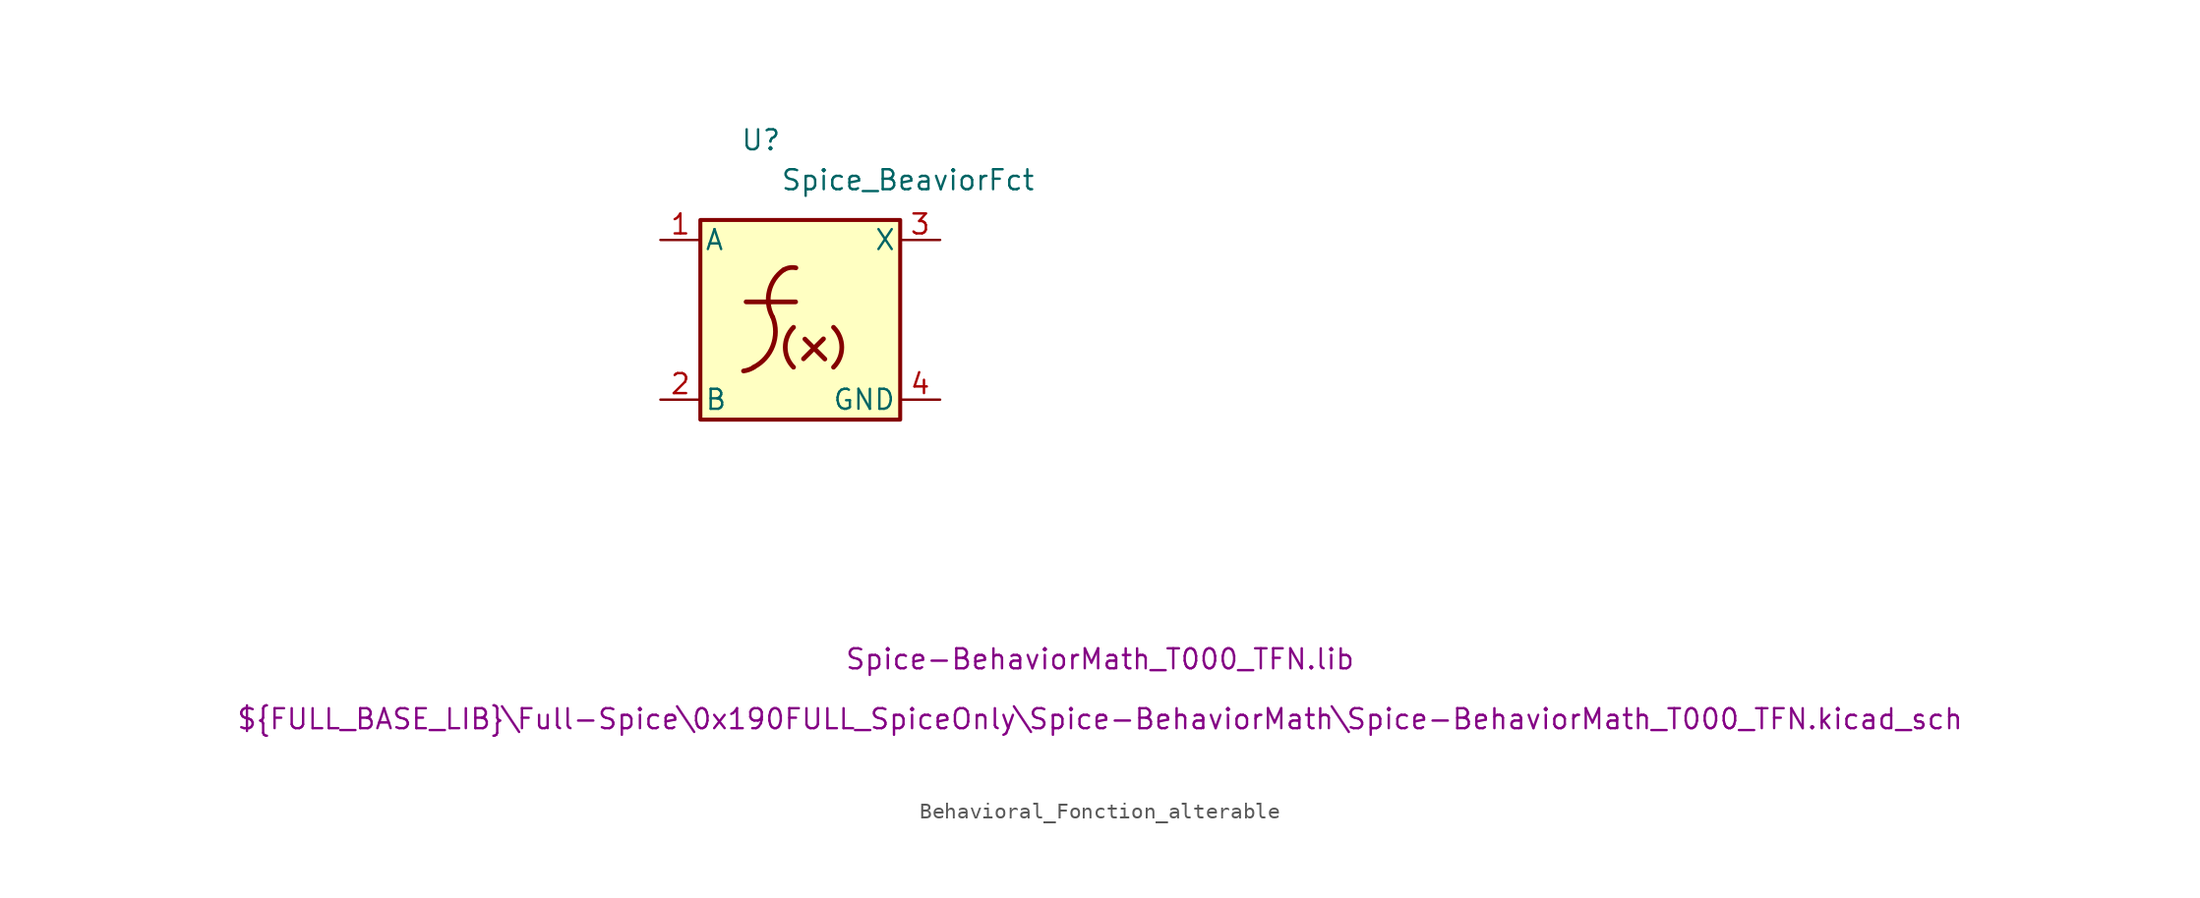
<source format=kicad_sym>
(kicad_symbol_lib
  (version 20220914)
  (generator kicad_symbol_editor)
  (symbol "Behavioral_Fonction_alterable"
    (pin_names
      (offset 0.254))
    (property "Reference" "U"
      (at -3.81 11.43 0)
      (effects (font (size 1.27 1.27)) (justify left)))
    (property "Value" "Spice_BeaviorFct"
      (at -1.27 8.89 0)
      (effects (font (size 1.27 1.27)) (justify left)))
    (property "Datasheet" "${FULL_BASE_LIB}\\Full-Spice\\0x190FULL_SpiceOnly\\Spice-BehaviorMath\\Spice-BehaviorMath_T000_TFN.kicad_sch"
      (at 19.05 -25.4 0)
      (effects (font (size 1.27 1.27))))
    (property "Sim.Library" "Spice-BehaviorMath_T000_TFN.lib"
      (at 19.05 -21.59 0)
      (effects (font (size 1.27 1.27))))
    (symbol "Behavioral_Fonction_alterable_1_1"
      (rectangle (start -6.35 6.35) (end 6.35 -6.35) (stroke (width 0.254) (type solid)) (fill (type background)))
      (arc (start -3.607 -3.2554) (mid -3.2668 -3.1739) (end -2.9512 -3.0231) (stroke (width 0.3) (type default)) (fill (type none)))
      (arc (start -2.9677 -3.0171) (mid -1.7444 -1.6583) (end -1.7493 0.17) (stroke (width 0.3) (type default)) (fill (type none)))
      (arc (start -1.8216 1.0872) (mid -1.8216 1.0872) (end -1.8216 1.0872) (stroke (width 0) (type default)) (fill (type none)))
      (arc (start -1.0494 3.1857) (mid -1.9709 1.8307) (end -1.773 0.204) (stroke (width 0.3) (type default)) (fill (type none)))
      (arc (start -0.4277 -0.4771) (mid -0.9537 -1.7471) (end -0.4277 -3.0171) (stroke (width 0.3) (type default)) (fill (type none)))
      (arc (start -0.2769 3.3082) (mid -0.6789 3.3165) (end -1.0544 3.1727) (stroke (width 0.3) (type default)) (fill (type none)))
      (polyline (pts (xy -3.442 1.141) (xy -0.296 1.141)) (stroke (width 0.3) (type default)) (fill (type none)))
      (polyline (pts (xy 0.206 -2.482) (xy 1.476 -1.212)) (stroke (width 0.3) (type default)) (fill (type none)))
      (polyline (pts (xy 1.563 -2.496) (xy 0.293 -1.226)) (stroke (width 0.3) (type default)) (fill (type none)))
      (arc (start 2.1125 -3.0171) (mid 2.6385 -1.7471) (end 2.1125 -0.4771) (stroke (width 0.3) (type default)) (fill (type none)))
      (pin passive line (at -8.89 5.08 0) (length 2.54) (name "A" (effects (font (size 1.27 1.27)))) (number "1" (effects (font (size 1.27 1.27)))))
      (pin input line (at -8.89 -5.08 0) (length 2.54) (name "B" (effects (font (size 1.27 1.27)))) (number "2" (effects (font (size 1.27 1.27)))))
      (pin passive line (at 8.89 5.08 180) (length 2.54) (name "X" (effects (font (size 1.27 1.27)))) (number "3" (effects (font (size 1.27 1.27)))))
      (pin passive line (at 8.89 -5.08 180) (length 2.54) (name "GND" (effects (font (size 1.27 1.27)))) (number "4" (effects (font (size 1.27 1.27))))))))
</source>
